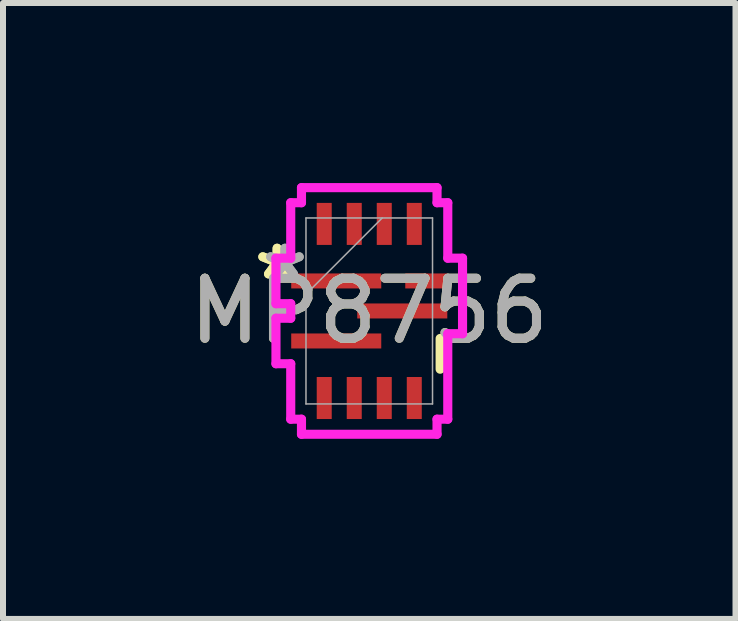
<source format=kicad_pcb>
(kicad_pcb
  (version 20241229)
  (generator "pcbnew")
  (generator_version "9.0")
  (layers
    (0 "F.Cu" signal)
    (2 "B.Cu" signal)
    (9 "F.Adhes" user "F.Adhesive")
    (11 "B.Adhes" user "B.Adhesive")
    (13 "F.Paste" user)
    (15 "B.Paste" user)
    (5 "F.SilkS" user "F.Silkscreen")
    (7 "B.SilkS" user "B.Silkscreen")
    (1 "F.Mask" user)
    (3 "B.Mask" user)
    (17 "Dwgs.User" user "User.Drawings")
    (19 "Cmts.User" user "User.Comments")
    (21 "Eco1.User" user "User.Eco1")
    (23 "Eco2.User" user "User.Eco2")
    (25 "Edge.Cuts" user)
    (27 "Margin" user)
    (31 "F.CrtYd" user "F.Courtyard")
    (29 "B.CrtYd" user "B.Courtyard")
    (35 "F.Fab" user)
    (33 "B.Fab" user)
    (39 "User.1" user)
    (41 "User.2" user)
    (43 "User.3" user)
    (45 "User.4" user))
  (footprint "MP8756"
    (layer "F.Cu")
    (at 3.101 2.13)
    (property "Reference" "MP8756" (at 0 0 0) (unlocked yes) (layer "F.SilkS") (effects (font (size 1 1) (thickness 0.15))))
    (attr smd)
    (fp_line (start 1.181 0.458) (end 1.181 0.97) (stroke (width 0.152) (type solid)) (layer "F.SilkS"))
    (fp_line (start -1.554 -0.879) (end -1.554 -0.121) (stroke (width 0.152) (type solid)) (layer "F.CrtYd"))
    (fp_line (start -1.554 -0.121) (end -1.308 -0.121) (stroke (width 0.152) (type solid)) (layer "F.CrtYd"))
    (fp_line (start -1.554 0.121) (end -1.554 0.879) (stroke (width 0.152) (type solid)) (layer "F.CrtYd"))
    (fp_line (start -1.554 0.879) (end -1.308 0.879) (stroke (width 0.152) (type solid)) (layer "F.CrtYd"))
    (fp_line (start -1.308 -1.803) (end -1.308 -0.879) (stroke (width 0.152) (type solid)) (layer "F.CrtYd"))
    (fp_line (start -1.308 -0.879) (end -1.554 -0.879) (stroke (width 0.152) (type solid)) (layer "F.CrtYd"))
    (fp_line (start -1.308 -0.121) (end -1.308 0.121) (stroke (width 0.152) (type solid)) (layer "F.CrtYd"))
    (fp_line (start -1.308 0.121) (end -1.554 0.121) (stroke (width 0.152) (type solid)) (layer "F.CrtYd"))
    (fp_line (start -1.308 0.879) (end -1.308 1.803) (stroke (width 0.152) (type solid)) (layer "F.CrtYd"))
    (fp_line (start -1.308 1.803) (end -1.129 1.803) (stroke (width 0.152) (type solid)) (layer "F.CrtYd"))
    (fp_line (start -1.129 -2.054) (end -1.129 -1.803) (stroke (width 0.152) (type solid)) (layer "F.CrtYd"))
    (fp_line (start -1.129 -1.803) (end -1.308 -1.803) (stroke (width 0.152) (type solid)) (layer "F.CrtYd"))
    (fp_line (start -1.129 1.803) (end -1.129 2.054) (stroke (width 0.152) (type solid)) (layer "F.CrtYd"))
    (fp_line (start -1.129 2.054) (end 1.129 2.054) (stroke (width 0.152) (type solid)) (layer "F.CrtYd"))
    (fp_line (start 1.129 -2.054) (end -1.129 -2.054) (stroke (width 0.152) (type solid)) (layer "F.CrtYd"))
    (fp_line (start 1.129 -1.803) (end 1.129 -2.054) (stroke (width 0.152) (type solid)) (layer "F.CrtYd"))
    (fp_line (start 1.129 1.803) (end 1.308 1.803) (stroke (width 0.152) (type solid)) (layer "F.CrtYd"))
    (fp_line (start 1.129 2.054) (end 1.129 1.803) (stroke (width 0.152) (type solid)) (layer "F.CrtYd"))
    (fp_line (start 1.308 -1.803) (end 1.129 -1.803) (stroke (width 0.152) (type solid)) (layer "F.CrtYd"))
    (fp_line (start 1.308 -0.879) (end 1.308 -1.803) (stroke (width 0.152) (type solid)) (layer "F.CrtYd"))
    (fp_line (start 1.308 0.379) (end 1.554 0.379) (stroke (width 0.152) (type solid)) (layer "F.CrtYd"))
    (fp_line (start 1.308 1.803) (end 1.308 0.379) (stroke (width 0.152) (type solid)) (layer "F.CrtYd"))
    (fp_line (start 1.554 -0.879) (end 1.308 -0.879) (stroke (width 0.152) (type solid)) (layer "F.CrtYd"))
    (fp_line (start 1.554 -0.121) (end 1.554 -0.879) (stroke (width 0.152) (type solid)) (layer "F.CrtYd"))
    (fp_line (start 1.554 -0.121) (end 1.554 -0.121) (stroke (width 0.152) (type solid)) (layer "F.CrtYd"))
    (fp_line (start 1.554 0.379) (end 1.554 -0.121) (stroke (width 0.152) (type solid)) (layer "F.CrtYd"))
    (fp_line (start -1.054 -1.549) (end -1.054 1.549) (stroke (width 0.025) (type solid)) (layer "F.Fab"))
    (fp_line (start -1.054 -0.279) (end 0.216 -1.549) (stroke (width 0.025) (type solid)) (layer "F.Fab"))
    (fp_line (start -1.054 1.549) (end 1.054 1.549) (stroke (width 0.025) (type solid)) (layer "F.Fab"))
    (fp_line (start 1.054 -1.549) (end -1.054 -1.549) (stroke (width 0.025) (type solid)) (layer "F.Fab"))
    (fp_line (start 1.054 1.549) (end 1.054 -1.549) (stroke (width 0.025) (type solid)) (layer "F.Fab"))
    (fp_text user "*" (at -1.535 -0.5 0) (unlocked yes) (layer "F.SilkS") (effects (font (size 1 1) (thickness 0.15))))
    (fp_text user "*" (at -1.535 -0.5 0) (layer "F.SilkS") (effects (font (size 1 1) (thickness 0.15))))
    (fp_text user "${REFERENCE}" (at 0 0 0) (unlocked yes) (layer "F.Fab") (effects (font (size 1 1) (thickness 0.15))))
    (fp_text user "*" (at -1.404 -0.5 0) (unlocked yes) (layer "F.Fab") (effects (font (size 1 1) (thickness 0.15))))
    (fp_text user "*" (at -1.404 -0.5 0) (layer "F.Fab") (effects (font (size 1 1) (thickness 0.15))))
    (pad "1" smd rect (at -0.55 -0.5) (size 1.5 0.25) (layers "F.Cu" "F.Mask" "F.Paste"))
    (pad "2" smd rect (at -0.55 0.5) (size 1.5 0.25) (layers "F.Cu" "F.Mask" "F.Paste"))
    (pad "3" smd rect (at -0.75 1.45 90) (size 0.7 0.25) (layers "F.Cu" "F.Mask" "F.Paste"))
    (pad "4" smd rect (at -0.25 1.45 90) (size 0.7 0.25) (layers "F.Cu" "F.Mask" "F.Paste"))
    (pad "5" smd rect (at 0.25 1.45 90) (size 0.7 0.25) (layers "F.Cu" "F.Mask" "F.Paste"))
    (pad "6" smd rect (at 0.75 1.45 90) (size 0.7 0.25) (layers "F.Cu" "F.Mask" "F.Paste"))
    (pad "7" smd rect (at 0.55 0) (size 1.5 0.25) (layers "F.Cu" "F.Mask" "F.Paste"))
    (pad "8" smd rect (at 0.95 -0.5) (size 0.7 0.25) (layers "F.Cu" "F.Mask" "F.Paste"))
    (pad "9" smd rect (at 0.75 -1.45 90) (size 0.7 0.25) (layers "F.Cu" "F.Mask" "F.Paste"))
    (pad "10" smd rect (at 0.25 -1.45 90) (size 0.7 0.25) (layers "F.Cu" "F.Mask" "F.Paste"))
    (pad "11" smd rect (at -0.25 -1.45 90) (size 0.7 0.25) (layers "F.Cu" "F.Mask" "F.Paste"))
    (pad "12" smd rect (at -0.75 -1.45 90) (size 0.7 0.25) (layers "F.Cu" "F.Mask" "F.Paste")))
  (gr_rect
    (start -3 -3)
    (end 9.202 7.26)
    (stroke (width 0.1) (type default))
    (fill no)
    (layer "Edge.Cuts")))
</source>
